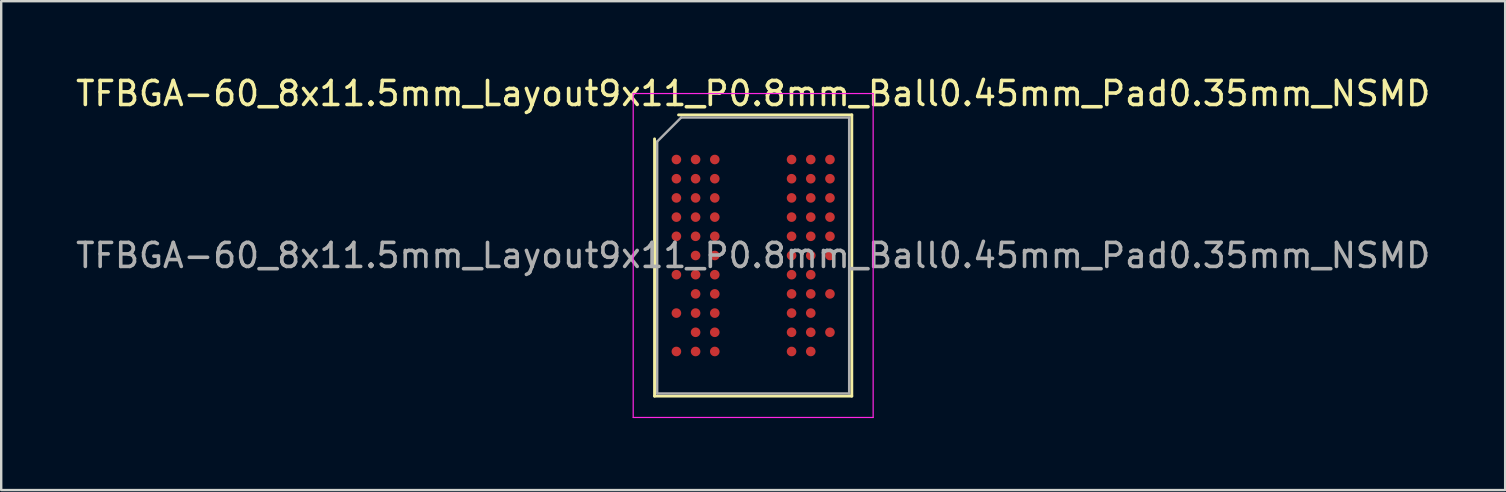
<source format=kicad_pcb>
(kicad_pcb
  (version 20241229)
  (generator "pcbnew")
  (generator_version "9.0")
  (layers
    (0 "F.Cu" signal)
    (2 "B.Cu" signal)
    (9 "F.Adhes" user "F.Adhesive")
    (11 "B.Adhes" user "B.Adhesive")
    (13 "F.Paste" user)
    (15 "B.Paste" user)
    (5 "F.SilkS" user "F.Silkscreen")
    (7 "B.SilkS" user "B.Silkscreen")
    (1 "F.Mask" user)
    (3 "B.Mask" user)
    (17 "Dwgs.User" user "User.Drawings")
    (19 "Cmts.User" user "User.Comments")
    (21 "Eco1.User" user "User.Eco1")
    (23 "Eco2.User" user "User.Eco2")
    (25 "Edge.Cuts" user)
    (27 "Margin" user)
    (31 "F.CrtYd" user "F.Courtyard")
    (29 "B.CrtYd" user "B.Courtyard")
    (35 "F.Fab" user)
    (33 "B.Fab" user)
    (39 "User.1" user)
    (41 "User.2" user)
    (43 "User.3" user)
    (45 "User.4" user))
  (footprint "TFBGA-60_8x11.5mm_Layout9x11_P0.8mm_Ball0.45mm_Pad0.35mm_NSMD"
    (layer "F.Cu")
    (at 28.339 7.598)
    (property "Reference" "TFBGA-60_8x11.5mm_Layout9x11_P0.8mm_Ball0.45mm_Pad0.35mm_NSMD" (at 0 -6.75 0) (layer "F.SilkS") (effects (font (size 1 1) (thickness 0.15))))
    (attr smd)
    (fp_line (start -4.11 5.86) (end -4.11 -4.86) (stroke (width 0.12) (type solid)) (layer "F.SilkS"))
    (fp_line (start -3.11 -5.86) (end 4.11 -5.86) (stroke (width 0.12) (type solid)) (layer "F.SilkS"))
    (fp_line (start 4.11 -5.86) (end 4.11 5.86) (stroke (width 0.12) (type solid)) (layer "F.SilkS"))
    (fp_line (start 4.11 5.86) (end -4.11 5.86) (stroke (width 0.12) (type solid)) (layer "F.SilkS"))
    (fp_line (start -5 -6.75) (end -5 6.75) (stroke (width 0.05) (type solid)) (layer "F.CrtYd"))
    (fp_line (start -5 6.75) (end 5 6.75) (stroke (width 0.05) (type solid)) (layer "F.CrtYd"))
    (fp_line (start 5 -6.75) (end -5 -6.75) (stroke (width 0.05) (type solid)) (layer "F.CrtYd"))
    (fp_line (start 5 6.75) (end 5 -6.75) (stroke (width 0.05) (type solid)) (layer "F.CrtYd"))
    (fp_line (start -4 -4.75) (end -3 -5.75) (stroke (width 0.1) (type solid)) (layer "F.Fab"))
    (fp_line (start -4 5.75) (end -4 -4.75) (stroke (width 0.1) (type solid)) (layer "F.Fab"))
    (fp_line (start -3 -5.75) (end 4 -5.75) (stroke (width 0.1) (type solid)) (layer "F.Fab"))
    (fp_line (start 4 -5.75) (end 4 5.75) (stroke (width 0.1) (type solid)) (layer "F.Fab"))
    (fp_line (start 4 5.75) (end -4 5.75) (stroke (width 0.1) (type solid)) (layer "F.Fab"))
    (fp_text user "${REFERENCE}" (at 0 0 0) (layer "F.Fab") (effects (font (size 1 1) (thickness 0.15))))
    (pad "A1" smd circle (at -3.2 -4) (size 0.4 0.4) (layers "F.Cu" "F.Mask" "F.Paste"))
    (pad "A2" smd circle (at -2.4 -4) (size 0.4 0.4) (layers "F.Cu" "F.Mask" "F.Paste"))
    (pad "A3" smd circle (at -1.6 -4) (size 0.4 0.4) (layers "F.Cu" "F.Mask" "F.Paste"))
    (pad "A7" smd circle (at 1.6 -4) (size 0.4 0.4) (layers "F.Cu" "F.Mask" "F.Paste"))
    (pad "A8" smd circle (at 2.4 -4) (size 0.4 0.4) (layers "F.Cu" "F.Mask" "F.Paste"))
    (pad "A9" smd circle (at 3.2 -4) (size 0.4 0.4) (layers "F.Cu" "F.Mask" "F.Paste"))
    (pad "B1" smd circle (at -3.2 -3.2) (size 0.4 0.4) (layers "F.Cu" "F.Mask" "F.Paste"))
    (pad "B2" smd circle (at -2.4 -3.2) (size 0.4 0.4) (layers "F.Cu" "F.Mask" "F.Paste"))
    (pad "B3" smd circle (at -1.6 -3.2) (size 0.4 0.4) (layers "F.Cu" "F.Mask" "F.Paste"))
    (pad "B7" smd circle (at 1.6 -3.2) (size 0.4 0.4) (layers "F.Cu" "F.Mask" "F.Paste"))
    (pad "B8" smd circle (at 2.4 -3.2) (size 0.4 0.4) (layers "F.Cu" "F.Mask" "F.Paste"))
    (pad "B9" smd circle (at 3.2 -3.2) (size 0.4 0.4) (layers "F.Cu" "F.Mask" "F.Paste"))
    (pad "C1" smd circle (at -3.2 -2.4) (size 0.4 0.4) (layers "F.Cu" "F.Mask" "F.Paste"))
    (pad "C2" smd circle (at -2.4 -2.4) (size 0.4 0.4) (layers "F.Cu" "F.Mask" "F.Paste"))
    (pad "C3" smd circle (at -1.6 -2.4) (size 0.4 0.4) (layers "F.Cu" "F.Mask" "F.Paste"))
    (pad "C7" smd circle (at 1.6 -2.4) (size 0.4 0.4) (layers "F.Cu" "F.Mask" "F.Paste"))
    (pad "C8" smd circle (at 2.4 -2.4) (size 0.4 0.4) (layers "F.Cu" "F.Mask" "F.Paste"))
    (pad "C9" smd circle (at 3.2 -2.4) (size 0.4 0.4) (layers "F.Cu" "F.Mask" "F.Paste"))
    (pad "D1" smd circle (at -3.2 -1.6) (size 0.4 0.4) (layers "F.Cu" "F.Mask" "F.Paste"))
    (pad "D2" smd circle (at -2.4 -1.6) (size 0.4 0.4) (layers "F.Cu" "F.Mask" "F.Paste"))
    (pad "D3" smd circle (at -1.6 -1.6) (size 0.4 0.4) (layers "F.Cu" "F.Mask" "F.Paste"))
    (pad "D7" smd circle (at 1.6 -1.6) (size 0.4 0.4) (layers "F.Cu" "F.Mask" "F.Paste"))
    (pad "D8" smd circle (at 2.4 -1.6) (size 0.4 0.4) (layers "F.Cu" "F.Mask" "F.Paste"))
    (pad "D9" smd circle (at 3.2 -1.6) (size 0.4 0.4) (layers "F.Cu" "F.Mask" "F.Paste"))
    (pad "E1" smd circle (at -3.2 -0.8) (size 0.4 0.4) (layers "F.Cu" "F.Mask" "F.Paste"))
    (pad "E2" smd circle (at -2.4 -0.8) (size 0.4 0.4) (layers "F.Cu" "F.Mask" "F.Paste"))
    (pad "E3" smd circle (at -1.6 -0.8) (size 0.4 0.4) (layers "F.Cu" "F.Mask" "F.Paste"))
    (pad "E7" smd circle (at 1.6 -0.8) (size 0.4 0.4) (layers "F.Cu" "F.Mask" "F.Paste"))
    (pad "E8" smd circle (at 2.4 -0.8) (size 0.4 0.4) (layers "F.Cu" "F.Mask" "F.Paste"))
    (pad "E9" smd circle (at 3.2 -0.8) (size 0.4 0.4) (layers "F.Cu" "F.Mask" "F.Paste"))
    (pad "F2" smd circle (at -2.4 0) (size 0.4 0.4) (layers "F.Cu" "F.Mask" "F.Paste"))
    (pad "F3" smd circle (at -1.6 0) (size 0.4 0.4) (layers "F.Cu" "F.Mask" "F.Paste"))
    (pad "F7" smd circle (at 1.6 0) (size 0.4 0.4) (layers "F.Cu" "F.Mask" "F.Paste"))
    (pad "F8" smd circle (at 2.4 0) (size 0.4 0.4) (layers "F.Cu" "F.Mask" "F.Paste"))
    (pad "F9" smd circle (at 3.2 0) (size 0.4 0.4) (layers "F.Cu" "F.Mask" "F.Paste"))
    (pad "G1" smd circle (at -3.2 0.8) (size 0.4 0.4) (layers "F.Cu" "F.Mask" "F.Paste"))
    (pad "G2" smd circle (at -2.4 0.8) (size 0.4 0.4) (layers "F.Cu" "F.Mask" "F.Paste"))
    (pad "G3" smd circle (at -1.6 0.8) (size 0.4 0.4) (layers "F.Cu" "F.Mask" "F.Paste"))
    (pad "G7" smd circle (at 1.6 0.8) (size 0.4 0.4) (layers "F.Cu" "F.Mask" "F.Paste"))
    (pad "G8" smd circle (at 2.4 0.8) (size 0.4 0.4) (layers "F.Cu" "F.Mask" "F.Paste"))
    (pad "H2" smd circle (at -2.4 1.6) (size 0.4 0.4) (layers "F.Cu" "F.Mask" "F.Paste"))
    (pad "H3" smd circle (at -1.6 1.6) (size 0.4 0.4) (layers "F.Cu" "F.Mask" "F.Paste"))
    (pad "H7" smd circle (at 1.6 1.6) (size 0.4 0.4) (layers "F.Cu" "F.Mask" "F.Paste"))
    (pad "H8" smd circle (at 2.4 1.6) (size 0.4 0.4) (layers "F.Cu" "F.Mask" "F.Paste"))
    (pad "H9" smd circle (at 3.2 1.6) (size 0.4 0.4) (layers "F.Cu" "F.Mask" "F.Paste"))
    (pad "J1" smd circle (at -3.2 2.4) (size 0.4 0.4) (layers "F.Cu" "F.Mask" "F.Paste"))
    (pad "J2" smd circle (at -2.4 2.4) (size 0.4 0.4) (layers "F.Cu" "F.Mask" "F.Paste"))
    (pad "J3" smd circle (at -1.6 2.4) (size 0.4 0.4) (layers "F.Cu" "F.Mask" "F.Paste"))
    (pad "J7" smd circle (at 1.6 2.4) (size 0.4 0.4) (layers "F.Cu" "F.Mask" "F.Paste"))
    (pad "J8" smd circle (at 2.4 2.4) (size 0.4 0.4) (layers "F.Cu" "F.Mask" "F.Paste"))
    (pad "K2" smd circle (at -2.4 3.2) (size 0.4 0.4) (layers "F.Cu" "F.Mask" "F.Paste"))
    (pad "K3" smd circle (at -1.6 3.2) (size 0.4 0.4) (layers "F.Cu" "F.Mask" "F.Paste"))
    (pad "K7" smd circle (at 1.6 3.2) (size 0.4 0.4) (layers "F.Cu" "F.Mask" "F.Paste"))
    (pad "K8" smd circle (at 2.4 3.2) (size 0.4 0.4) (layers "F.Cu" "F.Mask" "F.Paste"))
    (pad "K9" smd circle (at 3.2 3.2) (size 0.4 0.4) (layers "F.Cu" "F.Mask" "F.Paste"))
    (pad "L1" smd circle (at -3.2 4) (size 0.4 0.4) (layers "F.Cu" "F.Mask" "F.Paste"))
    (pad "L2" smd circle (at -2.4 4) (size 0.4 0.4) (layers "F.Cu" "F.Mask" "F.Paste"))
    (pad "L3" smd circle (at -1.6 4) (size 0.4 0.4) (layers "F.Cu" "F.Mask" "F.Paste"))
    (pad "L7" smd circle (at 1.6 4) (size 0.4 0.4) (layers "F.Cu" "F.Mask" "F.Paste"))
    (pad "L8" smd circle (at 2.4 4) (size 0.4 0.4) (layers "F.Cu" "F.Mask" "F.Paste")))
  (gr_rect
    (start -3 -3)
    (end 59.679 17.373)
    (stroke (width 0.1) (type default))
    (fill no)
    (layer "Edge.Cuts")))
</source>
